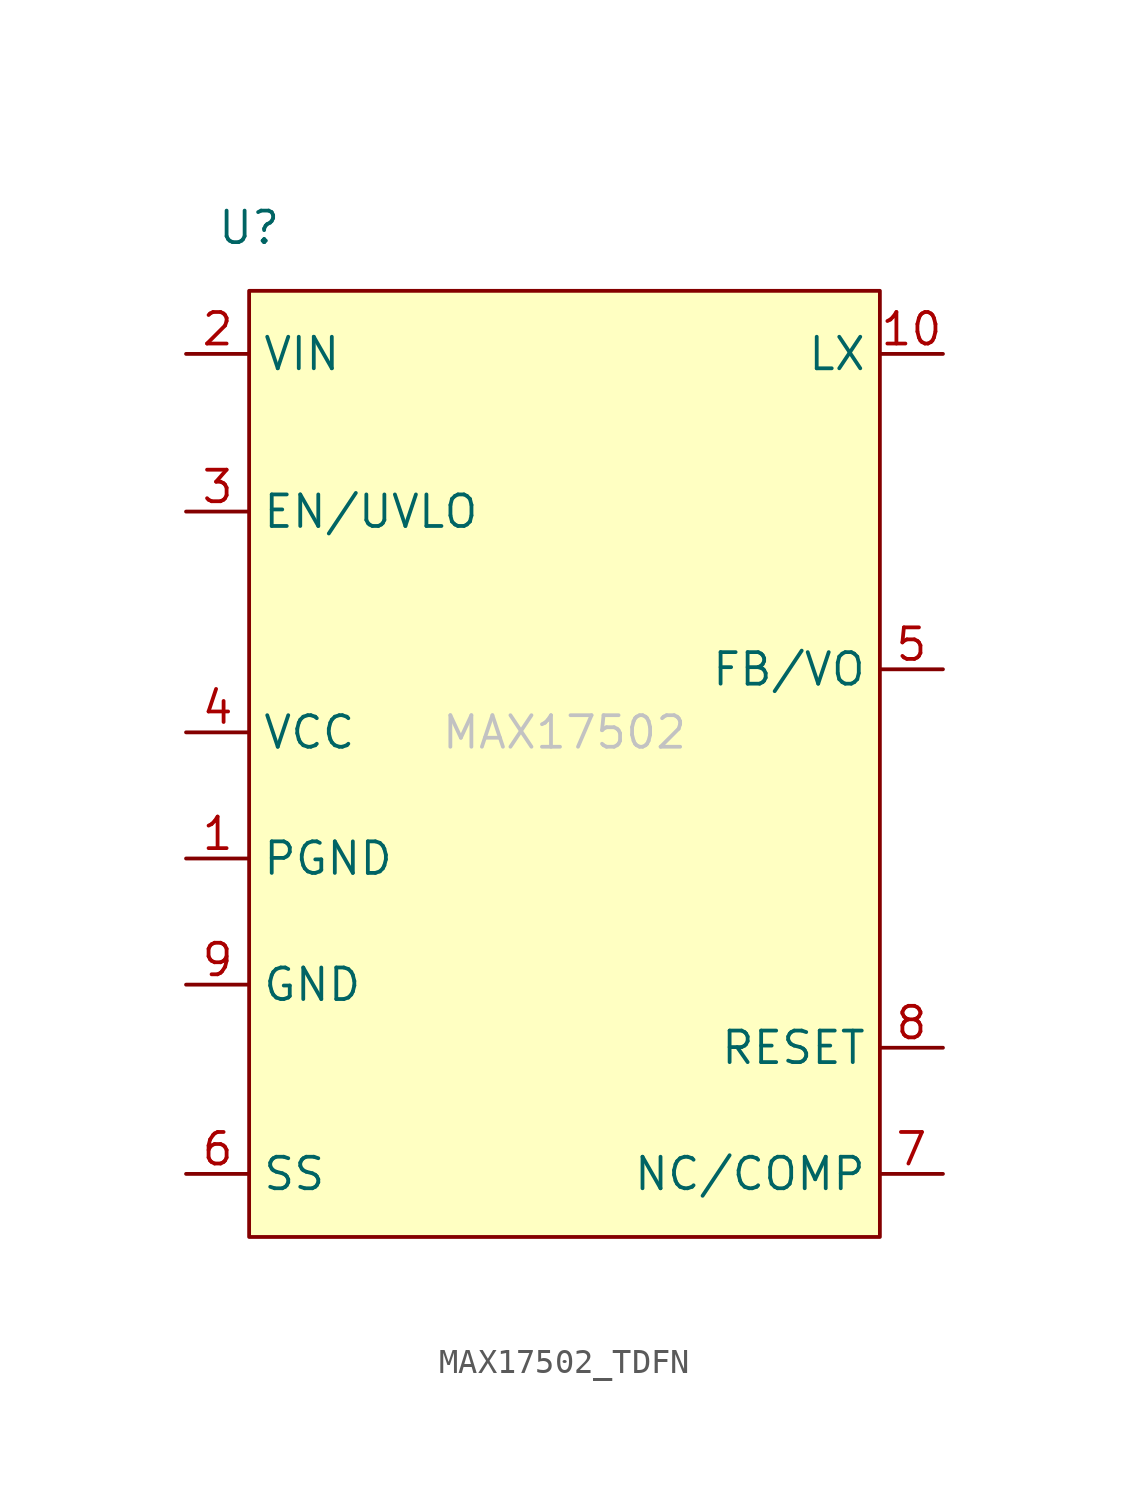
<source format=kicad_sym>
(kicad_symbol_lib
  (version 20220914)
  (generator kicad_symbol_editor)
  (symbol "MAX17502_TDFN"
    (property "Reference" "U"
      (at 1.27 1.27 0)
      (effects (font (size 1.27 1.27))))
    (property "Value" ""
      (at 1.27 1.27 0)
      (effects (font (size 1.27 1.27))))
    (symbol "MAX17502_TDFN_1_1"
      (rectangle (start 1.27 -1.27) (end 26.67 -39.37) (stroke (width 0) (type default)) (fill (type background)))
      (text "MAX17502" (at 13.97 -19.05 0) (effects (font (size 1.27 1.27) (color 194 194 194 1))))
      (pin power_in line (at -1.27 -24.13 0) (length 2.54) (name "PGND" (effects (font (size 1.27 1.27)))) (number "1" (effects (font (size 1.27 1.27)))))
      (pin bidirectional line (at 29.21 -3.81 180) (length 2.54) (name "LX" (effects (font (size 1.27 1.27)))) (number "10" (effects (font (size 1.27 1.27)))))
      (pin power_in line (at -1.27 -3.81 0) (length 2.54) (name "VIN" (effects (font (size 1.27 1.27)))) (number "2" (effects (font (size 1.27 1.27)))))
      (pin input line (at -1.27 -10.16 0) (length 2.54) (name "EN/UVLO" (effects (font (size 1.27 1.27)))) (number "3" (effects (font (size 1.27 1.27)))))
      (pin power_in line (at -1.27 -19.05 0) (length 2.54) (name "VCC" (effects (font (size 1.27 1.27)))) (number "4" (effects (font (size 1.27 1.27)))))
      (pin input line (at 29.21 -16.51 180) (length 2.54) (name "FB/VO" (effects (font (size 1.27 1.27)))) (number "5" (effects (font (size 1.27 1.27)))))
      (pin input line (at -1.27 -36.83 0) (length 2.54) (name "SS" (effects (font (size 1.27 1.27)))) (number "6" (effects (font (size 1.27 1.27)))))
      (pin input line (at 29.21 -36.83 180) (length 2.54) (name "NC/COMP" (effects (font (size 1.27 1.27)))) (number "7" (effects (font (size 1.27 1.27)))))
      (pin output line (at 29.21 -31.75 180) (length 2.54) (name "RESET" (effects (font (size 1.27 1.27)))) (number "8" (effects (font (size 1.27 1.27)))))
      (pin input line (at -1.27 -29.21 0) (length 2.54) (name "GND" (effects (font (size 1.27 1.27)))) (number "9" (effects (font (size 1.27 1.27))))))))
</source>
